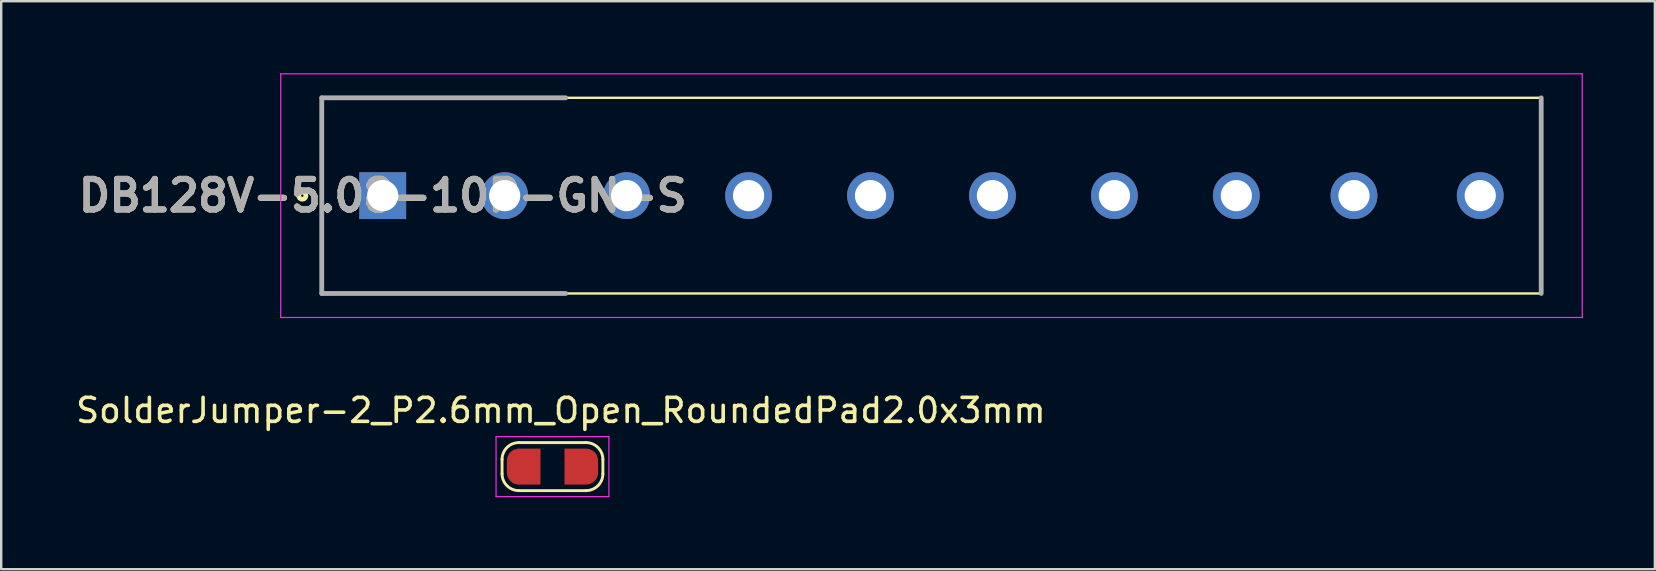
<source format=kicad_pcb>
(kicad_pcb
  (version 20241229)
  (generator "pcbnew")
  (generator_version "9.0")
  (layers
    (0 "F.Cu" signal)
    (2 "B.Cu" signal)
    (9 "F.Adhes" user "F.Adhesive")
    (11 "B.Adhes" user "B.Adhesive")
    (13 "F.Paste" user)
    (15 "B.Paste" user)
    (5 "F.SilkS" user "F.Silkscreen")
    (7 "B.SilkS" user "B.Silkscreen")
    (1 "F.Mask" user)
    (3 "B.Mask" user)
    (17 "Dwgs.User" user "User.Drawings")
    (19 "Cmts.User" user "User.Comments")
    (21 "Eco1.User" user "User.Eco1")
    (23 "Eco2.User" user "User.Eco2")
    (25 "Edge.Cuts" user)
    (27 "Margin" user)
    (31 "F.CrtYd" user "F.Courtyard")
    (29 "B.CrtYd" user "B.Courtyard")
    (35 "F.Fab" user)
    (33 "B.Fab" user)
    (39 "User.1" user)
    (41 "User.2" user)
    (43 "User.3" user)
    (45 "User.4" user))
  (footprint "DB128V-5.08-10P-GN-S"
    (layer "F.Cu")
    (at 12.894 5.1)
    (property "Reference" "DB128V-5.08-10P-GN-S" (at 0 0 0) (layer "F.SilkS") (effects (font (size 1.27 1.27) (thickness 0.254))))
    (attr through_hole)
    (fp_line (start -2.54 -4.075) (end 48.26 -4.075) (stroke (width 0.1) (type solid)) (layer "F.SilkS"))
    (fp_line (start -2.54 4.075) (end -2.54 -4.075) (stroke (width 0.1) (type solid)) (layer "F.SilkS"))
    (fp_line (start 48.26 -4.075) (end 48.26 4.075) (stroke (width 0.1) (type solid)) (layer "F.SilkS"))
    (fp_line (start 48.26 4.075) (end -2.54 4.075) (stroke (width 0.1) (type solid)) (layer "F.SilkS"))
    (fp_circle (center -3.35 0) (end -3.35 0.05) (stroke (width 0.2) (type solid)) (fill no) (layer "F.SilkS"))
    (fp_line (start -4.25 -5.075) (end 49.97 -5.075) (stroke (width 0.05) (type solid)) (layer "F.CrtYd"))
    (fp_line (start -4.25 5.075) (end -4.25 -5.075) (stroke (width 0.05) (type solid)) (layer "F.CrtYd"))
    (fp_line (start 49.97 -5.075) (end 49.97 5.075) (stroke (width 0.05) (type solid)) (layer "F.CrtYd"))
    (fp_line (start 49.97 5.075) (end -4.25 5.075) (stroke (width 0.05) (type solid)) (layer "F.CrtYd"))
    (fp_line (start -2.54 -4.075) (end 7.62 -4.075) (stroke (width 0.2) (type solid)) (layer "F.Fab"))
    (fp_line (start -2.54 4.075) (end -2.54 -4.075) (stroke (width 0.2) (type solid)) (layer "F.Fab"))
    (fp_line (start 7.62 4.075) (end -2.54 4.075) (stroke (width 0.2) (type solid)) (layer "F.Fab"))
    (fp_line (start 48.26 -4.075) (end 48.26 4.075) (stroke (width 0.2) (type solid)) (layer "F.Fab"))
    (fp_text user "${REFERENCE}" (at 0 0 0) (layer "F.Fab") (effects (font (size 1.27 1.27) (thickness 0.254))))
    (pad "1" thru_hole rect (at 0 0) (size 1.95 1.95) (drill 1.3) (layers "*.Cu" "*.Mask"))
    (pad "2" thru_hole circle (at 5.08 0) (size 1.95 1.95) (drill 1.3) (layers "*.Cu" "*.Mask"))
    (pad "3" thru_hole circle (at 10.16 0) (size 1.95 1.95) (drill 1.3) (layers "*.Cu" "*.Mask"))
    (pad "4" thru_hole circle (at 15.24 0) (size 1.95 1.95) (drill 1.3) (layers "*.Cu" "*.Mask"))
    (pad "5" thru_hole circle (at 20.32 0) (size 1.95 1.95) (drill 1.3) (layers "*.Cu" "*.Mask"))
    (pad "6" thru_hole circle (at 25.4 0) (size 1.95 1.95) (drill 1.3) (layers "*.Cu" "*.Mask"))
    (pad "7" thru_hole circle (at 30.48 0) (size 1.95 1.95) (drill 1.3) (layers "*.Cu" "*.Mask"))
    (pad "8" thru_hole circle (at 35.56 0) (size 1.95 1.95) (drill 1.3) (layers "*.Cu" "*.Mask"))
    (pad "9" thru_hole circle (at 40.46 0) (size 1.95 1.95) (drill 1.3) (layers "*.Cu" "*.Mask"))
    (pad "10" thru_hole circle (at 45.72 0) (size 1.95 1.95) (drill 1.3) (layers "*.Cu" "*.Mask")))
  (footprint "SolderJumper-2_P2.6mm_Open_RoundedPad2.0x3mm"
    (layer "F.Cu")
    (at 19.965 16.388)
    (property "Reference" "SolderJumper-2_P2.6mm_Open_RoundedPad2.0x3mm" (at 0.35 -2.34 0) (layer "F.SilkS") (effects (font (size 1 1) (thickness 0.15))))
    (attr exclude_from_pos_files exclude_from_bom)
    (fp_line (start -2.1 0.3) (end -2.1 -0.3) (stroke (width 0.12) (type solid)) (layer "F.SilkS"))
    (fp_line (start -1.4 -1) (end 1.4 -1) (stroke (width 0.12) (type solid)) (layer "F.SilkS"))
    (fp_line (start 1.4 1) (end -1.4 1) (stroke (width 0.12) (type solid)) (layer "F.SilkS"))
    (fp_line (start 2.1 -0.3) (end 2.1 0.3) (stroke (width 0.12) (type solid)) (layer "F.SilkS"))
    (fp_arc (start -2.1 -0.3) (mid -1.894975 -0.794974) (end -1.4 -1) (stroke (width 0.12) (type solid)) (layer "F.SilkS"))
    (fp_arc (start -1.4 1) (mid -1.894974 0.794975) (end -2.1 0.3) (stroke (width 0.12) (type solid)) (layer "F.SilkS"))
    (fp_arc (start 1.4 -1) (mid 1.894974 -0.794975) (end 2.1 -0.3) (stroke (width 0.12) (type solid)) (layer "F.SilkS"))
    (fp_arc (start 2.1 0.3) (mid 1.894975 0.794974) (end 1.4 1) (stroke (width 0.12) (type solid)) (layer "F.SilkS"))
    (fp_line (start -2.35 -1.25) (end -2.35 1.25) (stroke (width 0.05) (type solid)) (layer "F.CrtYd"))
    (fp_line (start -2.35 -1.25) (end 2.35 -1.25) (stroke (width 0.05) (type solid)) (layer "F.CrtYd"))
    (fp_line (start 2.35 1.25) (end -2.35 1.25) (stroke (width 0.05) (type solid)) (layer "F.CrtYd"))
    (fp_line (start 2.35 1.25) (end 2.35 -1.25) (stroke (width 0.05) (type solid)) (layer "F.CrtYd"))
    (pad "1" smd custom (at -1.25 0) (size 1 1) (layers "F.Cu" "F.Mask") (options (anchor rect)) (primitives (gr_circle (center -0.15 0.25) (end 0.35 0.25) (width 0) (fill yes)) (gr_circle (center -0.15 -0.25) (end 0.35 -0.25) (width 0) (fill yes)) (gr_poly (pts (xy 0.75 0.75) (xy -0.2 0.75) (xy -0.2 -0.75) (xy 0.75 -0.75)) (width 0) (fill yes)) (gr_poly (pts (xy -0.65 0.25) (xy -0.25 0.25) (xy -0.25 -0.25) (xy -0.65 -0.25)) (width 0) (fill yes))))
    (pad "2" smd custom (at 1.25 0) (size 1 0.5) (layers "F.Cu" "F.Mask") (options (anchor rect)) (primitives (gr_circle (center 0.15 0.25) (end 0.65 0.25) (width 0) (fill yes)) (gr_circle (center 0.15 -0.25) (end 0.65 -0.25) (width 0) (fill yes)) (gr_poly (pts (xy 0.2 0.75) (xy -0.75 0.75) (xy -0.75 -0.75) (xy 0.2 -0.75)) (width 0) (fill yes)) (gr_poly (pts (xy 0.65 0.25) (xy 0.25 0.25) (xy 0.25 -0.25) (xy 0.65 -0.25)) (width 0) (fill yes)))))
  (gr_rect
    (start -3 -3)
    (end 65.889 20.663)
    (stroke (width 0.1) (type default))
    (fill no)
    (layer "Edge.Cuts")))
</source>
